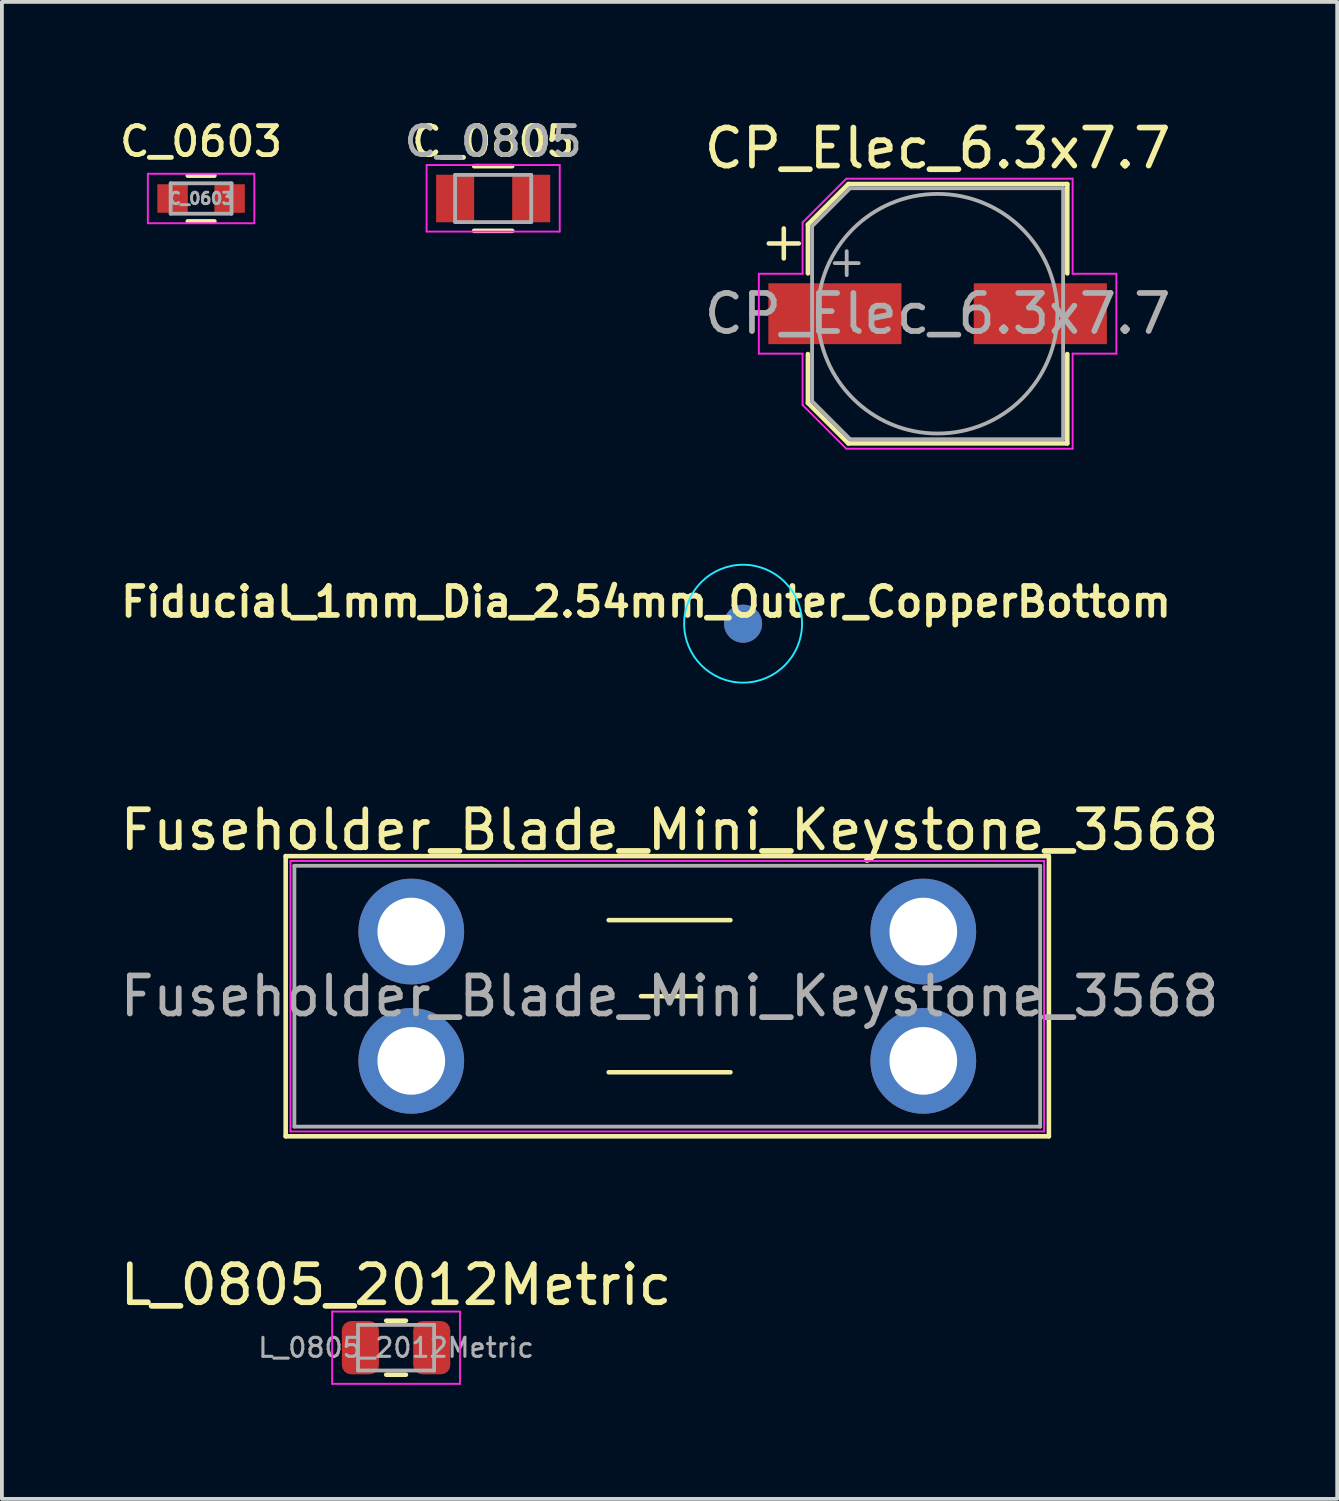
<source format=kicad_pcb>
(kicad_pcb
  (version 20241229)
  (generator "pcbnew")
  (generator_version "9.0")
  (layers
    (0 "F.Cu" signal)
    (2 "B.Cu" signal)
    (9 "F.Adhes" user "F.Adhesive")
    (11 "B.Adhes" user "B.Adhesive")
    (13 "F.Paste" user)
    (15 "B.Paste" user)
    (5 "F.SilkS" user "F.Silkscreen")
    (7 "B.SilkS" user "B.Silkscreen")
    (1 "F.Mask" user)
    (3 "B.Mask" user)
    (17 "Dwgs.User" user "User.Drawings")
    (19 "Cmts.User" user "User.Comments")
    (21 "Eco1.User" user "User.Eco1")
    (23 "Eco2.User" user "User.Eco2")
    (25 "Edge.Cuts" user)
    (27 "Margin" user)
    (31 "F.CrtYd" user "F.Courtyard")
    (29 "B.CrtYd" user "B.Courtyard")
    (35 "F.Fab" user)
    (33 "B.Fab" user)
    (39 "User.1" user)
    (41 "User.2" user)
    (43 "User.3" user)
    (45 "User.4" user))
  (footprint "C_0805"
    (layer "F.Cu")
    (at 9.916 2.169)
    (property "Reference" "C_0805" (at 0 -1.5 0) (layer "F.SilkS") (effects (font (size 0.762 0.762) (thickness 0.127))))
    (attr smd)
    (fp_line (start -0.5 0.85) (end 0.5 0.85) (stroke (width 0.12) (type solid)) (layer "F.SilkS"))
    (fp_line (start 0.5 -0.85) (end -0.5 -0.85) (stroke (width 0.12) (type solid)) (layer "F.SilkS"))
    (fp_line (start -1.75 -0.88) (end -1.75 0.87) (stroke (width 0.05) (type solid)) (layer "F.CrtYd"))
    (fp_line (start -1.75 -0.88) (end 1.75 -0.88) (stroke (width 0.05) (type solid)) (layer "F.CrtYd"))
    (fp_line (start 1.75 0.87) (end -1.75 0.87) (stroke (width 0.05) (type solid)) (layer "F.CrtYd"))
    (fp_line (start 1.75 0.87) (end 1.75 -0.88) (stroke (width 0.05) (type solid)) (layer "F.CrtYd"))
    (fp_line (start -1 -0.62) (end 1 -0.62) (stroke (width 0.1) (type solid)) (layer "F.Fab"))
    (fp_line (start -1 0.62) (end -1 -0.62) (stroke (width 0.1) (type solid)) (layer "F.Fab"))
    (fp_line (start 1 -0.62) (end 1 0.62) (stroke (width 0.1) (type solid)) (layer "F.Fab"))
    (fp_line (start 1 0.62) (end -1 0.62) (stroke (width 0.1) (type solid)) (layer "F.Fab"))
    (fp_text user "${REFERENCE}" (at 0 -1.5 0) (layer "F.Fab") (effects (font (size 0.762 0.838) (thickness 0.127))))
    (pad "1" smd rect (at -1 0) (size 1 1.25) (layers "F.Cu" "F.Mask" "F.Paste"))
    (pad "2" smd rect (at 1 0) (size 1 1.25) (layers "F.Cu" "F.Mask" "F.Paste")))
  (footprint "Fiducial_1mm_Dia_2.54mm_Outer_CopperBottom"
    (layer "F.Cu")
    (at 16.487 13.348)
    (property "Reference" "Fiducial_1mm_Dia_2.54mm_Outer_CopperBottom" (at -2.55 -0.575 0) (layer "F.SilkS") (effects (font (size 0.762 0.762) (thickness 0.15))))
    (attr exclude_from_pos_files exclude_from_bom)
    (fp_circle (center 0 0) (end 1.55 0) (stroke (width 0.05) (type solid)) (fill no) (layer "B.CrtYd"))
    (pad "~" smd circle (at 0 0) (size 1 1) (layers "F.Cu" "F.Mask"))
    (pad "~" smd circle (at 0 0) (size 1 1) (layers "B.Cu" "B.Mask")))
  (footprint "L_0805_2012Metric"
    (layer "F.Cu")
    (at 7.363 32.383)
    (property "Reference" "L_0805_2012Metric" (at 0 -1.65 0) (layer "F.SilkS") (effects (font (size 1 1) (thickness 0.15))))
    (attr smd)
    (fp_line (start -0.259 -0.71) (end 0.259 -0.71) (stroke (width 0.12) (type solid)) (layer "F.SilkS"))
    (fp_line (start -0.259 0.71) (end 0.259 0.71) (stroke (width 0.12) (type solid)) (layer "F.SilkS"))
    (fp_line (start -1.68 -0.95) (end 1.68 -0.95) (stroke (width 0.05) (type solid)) (layer "F.CrtYd"))
    (fp_line (start -1.68 0.95) (end -1.68 -0.95) (stroke (width 0.05) (type solid)) (layer "F.CrtYd"))
    (fp_line (start 1.68 -0.95) (end 1.68 0.95) (stroke (width 0.05) (type solid)) (layer "F.CrtYd"))
    (fp_line (start 1.68 0.95) (end -1.68 0.95) (stroke (width 0.05) (type solid)) (layer "F.CrtYd"))
    (fp_line (start -1 -0.6) (end 1 -0.6) (stroke (width 0.1) (type solid)) (layer "F.Fab"))
    (fp_line (start -1 0.6) (end -1 -0.6) (stroke (width 0.1) (type solid)) (layer "F.Fab"))
    (fp_line (start 1 -0.6) (end 1 0.6) (stroke (width 0.1) (type solid)) (layer "F.Fab"))
    (fp_line (start 1 0.6) (end -1 0.6) (stroke (width 0.1) (type solid)) (layer "F.Fab"))
    (fp_text user "${REFERENCE}" (at 0 0 0) (layer "F.Fab") (effects (font (size 0.5 0.5) (thickness 0.08))))
    (pad "1" smd roundrect (at -0.938 0) (size 0.975 1.4) (layers "F.Cu" "F.Mask" "F.Paste") (roundrect_rratio 0.25))
    (pad "2" smd roundrect (at 0.938 0) (size 0.975 1.4) (layers "F.Cu" "F.Mask" "F.Paste") (roundrect_rratio 0.25)))
  (footprint "CP_Elec_6.3x7.7"
    (layer "F.Cu")
    (at 21.601 5.198)
    (property "Reference" "CP_Elec_6.3x7.7" (at 0 -4.35 0) (layer "F.SilkS") (effects (font (size 1 1) (thickness 0.15))))
    (attr smd)
    (fp_line (start -4.438 -1.847) (end -3.65 -1.847) (stroke (width 0.12) (type solid)) (layer "F.SilkS"))
    (fp_line (start -4.044 -2.241) (end -4.044 -1.454) (stroke (width 0.12) (type solid)) (layer "F.SilkS"))
    (fp_line (start -3.41 -2.346) (end -3.41 -1.06) (stroke (width 0.12) (type solid)) (layer "F.SilkS"))
    (fp_line (start -3.41 -2.346) (end -2.346 -3.41) (stroke (width 0.12) (type solid)) (layer "F.SilkS"))
    (fp_line (start -3.41 2.346) (end -3.41 1.06) (stroke (width 0.12) (type solid)) (layer "F.SilkS"))
    (fp_line (start -3.41 2.346) (end -2.346 3.41) (stroke (width 0.12) (type solid)) (layer "F.SilkS"))
    (fp_line (start -2.346 -3.41) (end 3.41 -3.41) (stroke (width 0.12) (type solid)) (layer "F.SilkS"))
    (fp_line (start -2.346 3.41) (end 3.41 3.41) (stroke (width 0.12) (type solid)) (layer "F.SilkS"))
    (fp_line (start 3.41 -3.41) (end 3.41 -1.06) (stroke (width 0.12) (type solid)) (layer "F.SilkS"))
    (fp_line (start 3.41 3.41) (end 3.41 1.06) (stroke (width 0.12) (type solid)) (layer "F.SilkS"))
    (fp_line (start -4.7 -1.05) (end -4.7 1.05) (stroke (width 0.05) (type solid)) (layer "F.CrtYd"))
    (fp_line (start -4.7 1.05) (end -3.55 1.05) (stroke (width 0.05) (type solid)) (layer "F.CrtYd"))
    (fp_line (start -3.55 -2.4) (end -3.55 -1.05) (stroke (width 0.05) (type solid)) (layer "F.CrtYd"))
    (fp_line (start -3.55 -2.4) (end -2.4 -3.55) (stroke (width 0.05) (type solid)) (layer "F.CrtYd"))
    (fp_line (start -3.55 -1.05) (end -4.7 -1.05) (stroke (width 0.05) (type solid)) (layer "F.CrtYd"))
    (fp_line (start -3.55 1.05) (end -3.55 2.4) (stroke (width 0.05) (type solid)) (layer "F.CrtYd"))
    (fp_line (start -3.55 2.4) (end -2.4 3.55) (stroke (width 0.05) (type solid)) (layer "F.CrtYd"))
    (fp_line (start -2.4 -3.55) (end 3.55 -3.55) (stroke (width 0.05) (type solid)) (layer "F.CrtYd"))
    (fp_line (start -2.4 3.55) (end 3.55 3.55) (stroke (width 0.05) (type solid)) (layer "F.CrtYd"))
    (fp_line (start 3.55 -3.55) (end 3.55 -1.05) (stroke (width 0.05) (type solid)) (layer "F.CrtYd"))
    (fp_line (start 3.55 -1.05) (end 4.7 -1.05) (stroke (width 0.05) (type solid)) (layer "F.CrtYd"))
    (fp_line (start 3.55 1.05) (end 3.55 3.55) (stroke (width 0.05) (type solid)) (layer "F.CrtYd"))
    (fp_line (start 4.7 -1.05) (end 4.7 1.05) (stroke (width 0.05) (type solid)) (layer "F.CrtYd"))
    (fp_line (start 4.7 1.05) (end 3.55 1.05) (stroke (width 0.05) (type solid)) (layer "F.CrtYd"))
    (fp_line (start -3.3 -2.3) (end -3.3 2.3) (stroke (width 0.1) (type solid)) (layer "F.Fab"))
    (fp_line (start -3.3 -2.3) (end -2.3 -3.3) (stroke (width 0.1) (type solid)) (layer "F.Fab"))
    (fp_line (start -3.3 2.3) (end -2.3 3.3) (stroke (width 0.1) (type solid)) (layer "F.Fab"))
    (fp_line (start -2.705 -1.33) (end -2.075 -1.33) (stroke (width 0.1) (type solid)) (layer "F.Fab"))
    (fp_line (start -2.39 -1.645) (end -2.39 -1.015) (stroke (width 0.1) (type solid)) (layer "F.Fab"))
    (fp_line (start -2.3 -3.3) (end 3.3 -3.3) (stroke (width 0.1) (type solid)) (layer "F.Fab"))
    (fp_line (start -2.3 3.3) (end 3.3 3.3) (stroke (width 0.1) (type solid)) (layer "F.Fab"))
    (fp_line (start 3.3 -3.3) (end 3.3 3.3) (stroke (width 0.1) (type solid)) (layer "F.Fab"))
    (fp_circle (center 0 0) (end 3.15 0) (stroke (width 0.1) (type solid)) (fill no) (layer "F.Fab"))
    (fp_text user "${REFERENCE}" (at 0 0 0) (layer "F.Fab") (effects (font (size 1 1) (thickness 0.15))))
    (pad "1" smd rect (at -2.7 0) (size 3.5 1.6) (layers "F.Cu" "F.Mask" "F.Paste"))
    (pad "2" smd rect (at 2.7 0) (size 3.5 1.6) (layers "F.Cu" "F.Mask" "F.Paste")))
  (footprint "C_0603"
    (layer "F.Cu")
    (at 2.237 2.169)
    (property "Reference" "C_0603" (at 0 -1.5 0) (layer "F.SilkS") (effects (font (size 0.762 0.762) (thickness 0.127))))
    (attr smd)
    (fp_line (start -0.35 -0.6) (end 0.35 -0.6) (stroke (width 0.12) (type solid)) (layer "F.SilkS"))
    (fp_line (start 0.35 0.6) (end -0.35 0.6) (stroke (width 0.12) (type solid)) (layer "F.SilkS"))
    (fp_line (start -1.4 -0.65) (end -1.4 0.65) (stroke (width 0.05) (type solid)) (layer "F.CrtYd"))
    (fp_line (start -1.4 -0.65) (end 1.4 -0.65) (stroke (width 0.05) (type solid)) (layer "F.CrtYd"))
    (fp_line (start 1.4 0.65) (end -1.4 0.65) (stroke (width 0.05) (type solid)) (layer "F.CrtYd"))
    (fp_line (start 1.4 0.65) (end 1.4 -0.65) (stroke (width 0.05) (type solid)) (layer "F.CrtYd"))
    (fp_line (start -0.8 -0.4) (end 0.8 -0.4) (stroke (width 0.1) (type solid)) (layer "F.Fab"))
    (fp_line (start -0.8 0.4) (end -0.8 -0.4) (stroke (width 0.1) (type solid)) (layer "F.Fab"))
    (fp_line (start 0.8 -0.4) (end 0.8 0.4) (stroke (width 0.1) (type solid)) (layer "F.Fab"))
    (fp_line (start 0.8 0.4) (end -0.8 0.4) (stroke (width 0.1) (type solid)) (layer "F.Fab"))
    (fp_text user "${REFERENCE}" (at 0 0 0) (layer "F.Fab") (effects (font (size 0.3 0.3) (thickness 0.075))))
    (pad "1" smd rect (at -0.75 0) (size 0.8 0.75) (layers "F.Cu" "F.Mask" "F.Paste"))
    (pad "2" smd rect (at 0.75 0) (size 0.8 0.75) (layers "F.Cu" "F.Mask" "F.Paste")))
  (footprint "Fuseholder_Blade_Mini_Keystone_3568"
    (layer "F.Cu")
    (at 14.494 23.142)
    (property "Reference" "Fuseholder_Blade_Mini_Keystone_3568" (at 0.06 -4.37 0) (layer "F.SilkS") (effects (font (size 1 1) (thickness 0.15))))
    (attr through_hole)
    (fp_line (start -10.033 -3.683) (end -10.033 3.683) (stroke (width 0.12) (type solid)) (layer "F.SilkS"))
    (fp_line (start -10.033 3.683) (end 10.033 3.683) (stroke (width 0.12) (type solid)) (layer "F.SilkS"))
    (fp_line (start -1.54 -2) (end 1.66 -2) (stroke (width 0.12) (type solid)) (layer "F.SilkS"))
    (fp_line (start -0.69 0) (end 0.81 0) (stroke (width 0.12) (type solid)) (layer "F.SilkS"))
    (fp_line (start 1.66 2) (end -1.54 2) (stroke (width 0.12) (type solid)) (layer "F.SilkS"))
    (fp_line (start 10.033 -3.683) (end -10.033 -3.683) (stroke (width 0.12) (type solid)) (layer "F.SilkS"))
    (fp_line (start 10.033 3.683) (end 10.033 -3.683) (stroke (width 0.12) (type solid)) (layer "F.SilkS"))
    (fp_line (start -9.906 -3.556) (end -9.906 3.556) (stroke (width 0.05) (type solid)) (layer "F.CrtYd"))
    (fp_line (start -9.906 3.556) (end 9.906 3.556) (stroke (width 0.05) (type solid)) (layer "F.CrtYd"))
    (fp_line (start 9.906 -3.556) (end -9.906 -3.556) (stroke (width 0.05) (type solid)) (layer "F.CrtYd"))
    (fp_line (start 9.906 3.556) (end 9.906 -3.556) (stroke (width 0.05) (type solid)) (layer "F.CrtYd"))
    (fp_line (start -9.804 -3.429) (end -9.804 3.429) (stroke (width 0.1) (type solid)) (layer "F.Fab"))
    (fp_line (start -9.804 3.429) (end 9.804 3.429) (stroke (width 0.1) (type solid)) (layer "F.Fab"))
    (fp_line (start 9.804 -3.429) (end -9.804 -3.429) (stroke (width 0.1) (type solid)) (layer "F.Fab"))
    (fp_line (start 9.804 3.429) (end 9.804 -3.429) (stroke (width 0.1) (type solid)) (layer "F.Fab"))
    (fp_text user "${REFERENCE}" (at 0.06 0 0) (layer "F.Fab") (effects (font (size 1 1) (thickness 0.15))))
    (pad "1" thru_hole circle (at -6.731 -1.7) (size 2.78 2.78) (drill 1.78) (layers "*.Cu" "*.Mask"))
    (pad "1" thru_hole circle (at -6.731 1.7) (size 2.78 2.78) (drill 1.78) (layers "*.Cu" "*.Mask"))
    (pad "2" thru_hole circle (at 6.731 -1.7) (size 2.78 2.78) (drill 1.78) (layers "*.Cu" "*.Mask"))
    (pad "2" thru_hole circle (at 6.731 1.7) (size 2.78 2.78) (drill 1.78) (layers "*.Cu" "*.Mask")))
  (gr_rect
    (start -3 -3)
    (end 32.107 36.358)
    (stroke (width 0.1) (type default))
    (fill no)
    (layer "Edge.Cuts")))
</source>
